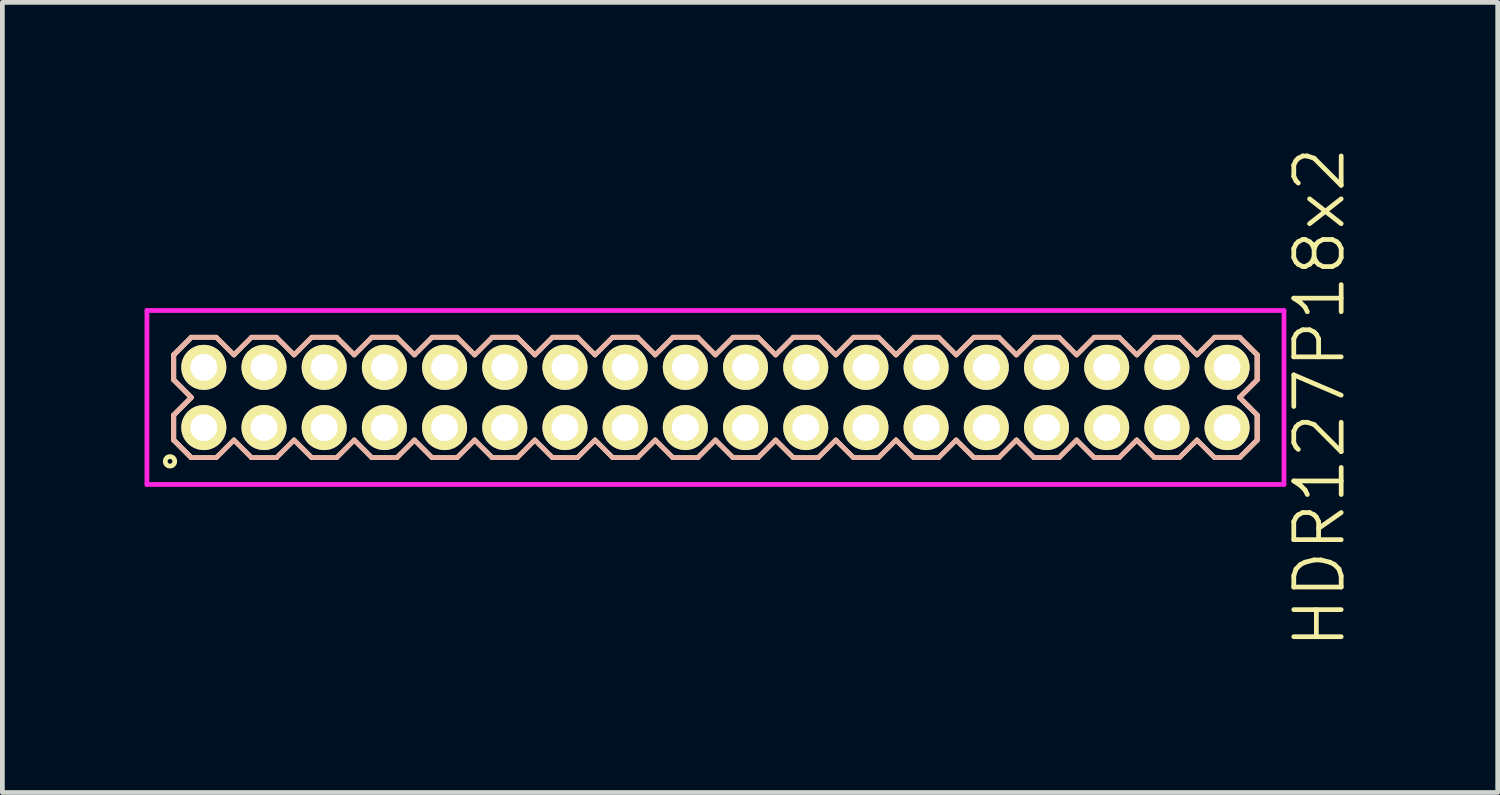
<source format=kicad_pcb>
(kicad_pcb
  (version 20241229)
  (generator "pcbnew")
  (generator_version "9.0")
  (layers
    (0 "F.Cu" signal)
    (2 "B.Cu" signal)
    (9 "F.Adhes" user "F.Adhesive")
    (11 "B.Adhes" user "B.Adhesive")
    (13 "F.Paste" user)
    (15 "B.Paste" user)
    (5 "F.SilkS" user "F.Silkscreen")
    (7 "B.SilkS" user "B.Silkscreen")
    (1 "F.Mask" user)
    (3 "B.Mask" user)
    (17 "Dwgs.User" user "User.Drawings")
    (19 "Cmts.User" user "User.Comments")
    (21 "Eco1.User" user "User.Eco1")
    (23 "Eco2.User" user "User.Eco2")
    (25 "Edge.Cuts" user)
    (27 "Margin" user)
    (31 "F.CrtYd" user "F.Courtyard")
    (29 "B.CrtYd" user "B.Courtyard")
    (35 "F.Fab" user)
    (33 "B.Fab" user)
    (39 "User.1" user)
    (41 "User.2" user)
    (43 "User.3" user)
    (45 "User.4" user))
  (footprint "HDR127P18x2"
    (layer "F.Cu")
    (at 12.045 5.336)
    (property "Reference" "HDR127P18x2" (at 12.745 0 90) (layer "F.SilkS") (effects (font (size 1 1) (thickness 0.1))))
    (attr through_hole)
    (fp_line (start -11.43 -0.898) (end -11.058 -1.27) (stroke (width 0.1) (type solid)) (layer "F.SilkS"))
    (fp_line (start -11.43 -0.898) (end -11.058 -1.27) (stroke (width 0.1) (type solid)) (layer "F.SilkS"))
    (fp_line (start -11.43 -0.372) (end -11.43 -0.898) (stroke (width 0.1) (type solid)) (layer "F.SilkS"))
    (fp_line (start -11.43 -0.372) (end -11.43 -0.898) (stroke (width 0.1) (type solid)) (layer "F.SilkS"))
    (fp_line (start -11.43 0.372) (end -11.058 0) (stroke (width 0.1) (type solid)) (layer "F.SilkS"))
    (fp_line (start -11.43 0.372) (end -11.058 0) (stroke (width 0.1) (type solid)) (layer "F.SilkS"))
    (fp_line (start -11.43 0.898) (end -11.43 0.372) (stroke (width 0.1) (type solid)) (layer "F.SilkS"))
    (fp_line (start -11.43 0.898) (end -11.43 0.372) (stroke (width 0.1) (type solid)) (layer "F.SilkS"))
    (fp_line (start -11.058 -1.27) (end -10.532 -1.27) (stroke (width 0.1) (type solid)) (layer "F.SilkS"))
    (fp_line (start -11.058 0) (end -11.43 -0.372) (stroke (width 0.1) (type solid)) (layer "F.SilkS"))
    (fp_line (start -11.058 0) (end -11.43 -0.372) (stroke (width 0.1) (type solid)) (layer "F.SilkS"))
    (fp_line (start -11.058 1.27) (end -11.43 0.898) (stroke (width 0.1) (type solid)) (layer "F.SilkS"))
    (fp_line (start -11.058 1.27) (end -11.43 0.898) (stroke (width 0.1) (type solid)) (layer "F.SilkS"))
    (fp_line (start -10.532 -1.27) (end -10.16 -0.898) (stroke (width 0.1) (type solid)) (layer "F.SilkS"))
    (fp_line (start -10.532 1.27) (end -11.058 1.27) (stroke (width 0.1) (type solid)) (layer "F.SilkS"))
    (fp_line (start -10.16 -0.898) (end -9.788 -1.27) (stroke (width 0.1) (type solid)) (layer "F.SilkS"))
    (fp_line (start -10.16 0.898) (end -10.532 1.27) (stroke (width 0.1) (type solid)) (layer "F.SilkS"))
    (fp_line (start -9.788 -1.27) (end -9.262 -1.27) (stroke (width 0.1) (type solid)) (layer "F.SilkS"))
    (fp_line (start -9.788 1.27) (end -10.16 0.898) (stroke (width 0.1) (type solid)) (layer "F.SilkS"))
    (fp_line (start -9.262 -1.27) (end -8.89 -0.898) (stroke (width 0.1) (type solid)) (layer "F.SilkS"))
    (fp_line (start -9.262 1.27) (end -9.788 1.27) (stroke (width 0.1) (type solid)) (layer "F.SilkS"))
    (fp_line (start -8.89 -0.898) (end -8.518 -1.27) (stroke (width 0.1) (type solid)) (layer "F.SilkS"))
    (fp_line (start -8.89 0.898) (end -9.262 1.27) (stroke (width 0.1) (type solid)) (layer "F.SilkS"))
    (fp_line (start -8.518 -1.27) (end -7.992 -1.27) (stroke (width 0.1) (type solid)) (layer "F.SilkS"))
    (fp_line (start -8.518 1.27) (end -8.89 0.898) (stroke (width 0.1) (type solid)) (layer "F.SilkS"))
    (fp_line (start -7.992 -1.27) (end -7.62 -0.898) (stroke (width 0.1) (type solid)) (layer "F.SilkS"))
    (fp_line (start -7.992 1.27) (end -8.518 1.27) (stroke (width 0.1) (type solid)) (layer "F.SilkS"))
    (fp_line (start -7.62 -0.898) (end -7.248 -1.27) (stroke (width 0.1) (type solid)) (layer "F.SilkS"))
    (fp_line (start -7.62 0.898) (end -7.992 1.27) (stroke (width 0.1) (type solid)) (layer "F.SilkS"))
    (fp_line (start -7.248 -1.27) (end -6.722 -1.27) (stroke (width 0.1) (type solid)) (layer "F.SilkS"))
    (fp_line (start -7.248 1.27) (end -7.62 0.898) (stroke (width 0.1) (type solid)) (layer "F.SilkS"))
    (fp_line (start -6.722 -1.27) (end -6.35 -0.898) (stroke (width 0.1) (type solid)) (layer "F.SilkS"))
    (fp_line (start -6.722 1.27) (end -7.248 1.27) (stroke (width 0.1) (type solid)) (layer "F.SilkS"))
    (fp_line (start -6.35 -0.898) (end -5.978 -1.27) (stroke (width 0.1) (type solid)) (layer "F.SilkS"))
    (fp_line (start -6.35 0.898) (end -6.722 1.27) (stroke (width 0.1) (type solid)) (layer "F.SilkS"))
    (fp_line (start -5.978 -1.27) (end -5.452 -1.27) (stroke (width 0.1) (type solid)) (layer "F.SilkS"))
    (fp_line (start -5.978 1.27) (end -6.35 0.898) (stroke (width 0.1) (type solid)) (layer "F.SilkS"))
    (fp_line (start -5.452 -1.27) (end -5.08 -0.898) (stroke (width 0.1) (type solid)) (layer "F.SilkS"))
    (fp_line (start -5.452 1.27) (end -5.978 1.27) (stroke (width 0.1) (type solid)) (layer "F.SilkS"))
    (fp_line (start -5.08 -0.898) (end -4.708 -1.27) (stroke (width 0.1) (type solid)) (layer "F.SilkS"))
    (fp_line (start -5.08 0.898) (end -5.452 1.27) (stroke (width 0.1) (type solid)) (layer "F.SilkS"))
    (fp_line (start -4.708 -1.27) (end -4.182 -1.27) (stroke (width 0.1) (type solid)) (layer "F.SilkS"))
    (fp_line (start -4.708 1.27) (end -5.08 0.898) (stroke (width 0.1) (type solid)) (layer "F.SilkS"))
    (fp_line (start -4.182 -1.27) (end -3.81 -0.898) (stroke (width 0.1) (type solid)) (layer "F.SilkS"))
    (fp_line (start -4.182 1.27) (end -4.708 1.27) (stroke (width 0.1) (type solid)) (layer "F.SilkS"))
    (fp_line (start -3.81 -0.898) (end -3.438 -1.27) (stroke (width 0.1) (type solid)) (layer "F.SilkS"))
    (fp_line (start -3.81 0.898) (end -4.182 1.27) (stroke (width 0.1) (type solid)) (layer "F.SilkS"))
    (fp_line (start -3.438 -1.27) (end -2.912 -1.27) (stroke (width 0.1) (type solid)) (layer "F.SilkS"))
    (fp_line (start -3.438 1.27) (end -3.81 0.898) (stroke (width 0.1) (type solid)) (layer "F.SilkS"))
    (fp_line (start -2.912 -1.27) (end -2.54 -0.898) (stroke (width 0.1) (type solid)) (layer "F.SilkS"))
    (fp_line (start -2.912 1.27) (end -3.438 1.27) (stroke (width 0.1) (type solid)) (layer "F.SilkS"))
    (fp_line (start -2.54 -0.898) (end -2.168 -1.27) (stroke (width 0.1) (type solid)) (layer "F.SilkS"))
    (fp_line (start -2.54 0.898) (end -2.912 1.27) (stroke (width 0.1) (type solid)) (layer "F.SilkS"))
    (fp_line (start -2.168 -1.27) (end -1.642 -1.27) (stroke (width 0.1) (type solid)) (layer "F.SilkS"))
    (fp_line (start -2.168 1.27) (end -2.54 0.898) (stroke (width 0.1) (type solid)) (layer "F.SilkS"))
    (fp_line (start -1.642 -1.27) (end -1.27 -0.898) (stroke (width 0.1) (type solid)) (layer "F.SilkS"))
    (fp_line (start -1.642 1.27) (end -2.168 1.27) (stroke (width 0.1) (type solid)) (layer "F.SilkS"))
    (fp_line (start -1.27 -0.898) (end -0.898 -1.27) (stroke (width 0.1) (type solid)) (layer "F.SilkS"))
    (fp_line (start -1.27 0.898) (end -1.642 1.27) (stroke (width 0.1) (type solid)) (layer "F.SilkS"))
    (fp_line (start -0.898 -1.27) (end -0.372 -1.27) (stroke (width 0.1) (type solid)) (layer "F.SilkS"))
    (fp_line (start -0.898 1.27) (end -1.27 0.898) (stroke (width 0.1) (type solid)) (layer "F.SilkS"))
    (fp_line (start -0.372 -1.27) (end 0 -0.898) (stroke (width 0.1) (type solid)) (layer "F.SilkS"))
    (fp_line (start -0.372 1.27) (end -0.898 1.27) (stroke (width 0.1) (type solid)) (layer "F.SilkS"))
    (fp_line (start 0 -0.898) (end 0.372 -1.27) (stroke (width 0.1) (type solid)) (layer "F.SilkS"))
    (fp_line (start 0 0.898) (end -0.372 1.27) (stroke (width 0.1) (type solid)) (layer "F.SilkS"))
    (fp_line (start 0.372 -1.27) (end 0.898 -1.27) (stroke (width 0.1) (type solid)) (layer "F.SilkS"))
    (fp_line (start 0.372 1.27) (end 0 0.898) (stroke (width 0.1) (type solid)) (layer "F.SilkS"))
    (fp_line (start 0.898 -1.27) (end 1.27 -0.898) (stroke (width 0.1) (type solid)) (layer "F.SilkS"))
    (fp_line (start 0.898 1.27) (end 0.372 1.27) (stroke (width 0.1) (type solid)) (layer "F.SilkS"))
    (fp_line (start 1.27 -0.898) (end 1.642 -1.27) (stroke (width 0.1) (type solid)) (layer "F.SilkS"))
    (fp_line (start 1.27 0.898) (end 0.898 1.27) (stroke (width 0.1) (type solid)) (layer "F.SilkS"))
    (fp_line (start 1.642 -1.27) (end 2.168 -1.27) (stroke (width 0.1) (type solid)) (layer "F.SilkS"))
    (fp_line (start 1.642 1.27) (end 1.27 0.898) (stroke (width 0.1) (type solid)) (layer "F.SilkS"))
    (fp_line (start 2.168 -1.27) (end 2.54 -0.898) (stroke (width 0.1) (type solid)) (layer "F.SilkS"))
    (fp_line (start 2.168 1.27) (end 1.642 1.27) (stroke (width 0.1) (type solid)) (layer "F.SilkS"))
    (fp_line (start 2.54 -0.898) (end 2.912 -1.27) (stroke (width 0.1) (type solid)) (layer "F.SilkS"))
    (fp_line (start 2.54 0.898) (end 2.168 1.27) (stroke (width 0.1) (type solid)) (layer "F.SilkS"))
    (fp_line (start 2.912 -1.27) (end 3.438 -1.27) (stroke (width 0.1) (type solid)) (layer "F.SilkS"))
    (fp_line (start 2.912 1.27) (end 2.54 0.898) (stroke (width 0.1) (type solid)) (layer "F.SilkS"))
    (fp_line (start 3.438 -1.27) (end 3.81 -0.898) (stroke (width 0.1) (type solid)) (layer "F.SilkS"))
    (fp_line (start 3.438 1.27) (end 2.912 1.27) (stroke (width 0.1) (type solid)) (layer "F.SilkS"))
    (fp_line (start 3.81 -0.898) (end 4.182 -1.27) (stroke (width 0.1) (type solid)) (layer "F.SilkS"))
    (fp_line (start 3.81 0.898) (end 3.438 1.27) (stroke (width 0.1) (type solid)) (layer "F.SilkS"))
    (fp_line (start 4.182 -1.27) (end 4.708 -1.27) (stroke (width 0.1) (type solid)) (layer "F.SilkS"))
    (fp_line (start 4.182 1.27) (end 3.81 0.898) (stroke (width 0.1) (type solid)) (layer "F.SilkS"))
    (fp_line (start 4.708 -1.27) (end 5.08 -0.898) (stroke (width 0.1) (type solid)) (layer "F.SilkS"))
    (fp_line (start 4.708 1.27) (end 4.182 1.27) (stroke (width 0.1) (type solid)) (layer "F.SilkS"))
    (fp_line (start 5.08 -0.898) (end 5.452 -1.27) (stroke (width 0.1) (type solid)) (layer "F.SilkS"))
    (fp_line (start 5.08 0.898) (end 4.708 1.27) (stroke (width 0.1) (type solid)) (layer "F.SilkS"))
    (fp_line (start 5.452 -1.27) (end 5.978 -1.27) (stroke (width 0.1) (type solid)) (layer "F.SilkS"))
    (fp_line (start 5.452 1.27) (end 5.08 0.898) (stroke (width 0.1) (type solid)) (layer "F.SilkS"))
    (fp_line (start 5.978 -1.27) (end 6.35 -0.898) (stroke (width 0.1) (type solid)) (layer "F.SilkS"))
    (fp_line (start 5.978 1.27) (end 5.452 1.27) (stroke (width 0.1) (type solid)) (layer "F.SilkS"))
    (fp_line (start 6.35 -0.898) (end 6.722 -1.27) (stroke (width 0.1) (type solid)) (layer "F.SilkS"))
    (fp_line (start 6.35 0.898) (end 5.978 1.27) (stroke (width 0.1) (type solid)) (layer "F.SilkS"))
    (fp_line (start 6.722 -1.27) (end 7.248 -1.27) (stroke (width 0.1) (type solid)) (layer "F.SilkS"))
    (fp_line (start 6.722 1.27) (end 6.35 0.898) (stroke (width 0.1) (type solid)) (layer "F.SilkS"))
    (fp_line (start 7.248 -1.27) (end 7.62 -0.898) (stroke (width 0.1) (type solid)) (layer "F.SilkS"))
    (fp_line (start 7.248 1.27) (end 6.722 1.27) (stroke (width 0.1) (type solid)) (layer "F.SilkS"))
    (fp_line (start 7.62 -0.898) (end 7.992 -1.27) (stroke (width 0.1) (type solid)) (layer "F.SilkS"))
    (fp_line (start 7.62 0.898) (end 7.248 1.27) (stroke (width 0.1) (type solid)) (layer "F.SilkS"))
    (fp_line (start 7.992 -1.27) (end 8.518 -1.27) (stroke (width 0.1) (type solid)) (layer "F.SilkS"))
    (fp_line (start 7.992 1.27) (end 7.62 0.898) (stroke (width 0.1) (type solid)) (layer "F.SilkS"))
    (fp_line (start 8.518 -1.27) (end 8.89 -0.898) (stroke (width 0.1) (type solid)) (layer "F.SilkS"))
    (fp_line (start 8.518 1.27) (end 7.992 1.27) (stroke (width 0.1) (type solid)) (layer "F.SilkS"))
    (fp_line (start 8.89 -0.898) (end 9.262 -1.27) (stroke (width 0.1) (type solid)) (layer "F.SilkS"))
    (fp_line (start 8.89 0.898) (end 8.518 1.27) (stroke (width 0.1) (type solid)) (layer "F.SilkS"))
    (fp_line (start 9.262 -1.27) (end 9.788 -1.27) (stroke (width 0.1) (type solid)) (layer "F.SilkS"))
    (fp_line (start 9.262 1.27) (end 8.89 0.898) (stroke (width 0.1) (type solid)) (layer "F.SilkS"))
    (fp_line (start 9.788 -1.27) (end 10.16 -0.898) (stroke (width 0.1) (type solid)) (layer "F.SilkS"))
    (fp_line (start 9.788 1.27) (end 9.262 1.27) (stroke (width 0.1) (type solid)) (layer "F.SilkS"))
    (fp_line (start 10.16 -0.898) (end 10.532 -1.27) (stroke (width 0.1) (type solid)) (layer "F.SilkS"))
    (fp_line (start 10.16 0.898) (end 9.788 1.27) (stroke (width 0.1) (type solid)) (layer "F.SilkS"))
    (fp_line (start 10.532 -1.27) (end 11.058 -1.27) (stroke (width 0.1) (type solid)) (layer "F.SilkS"))
    (fp_line (start 10.532 1.27) (end 10.16 0.898) (stroke (width 0.1) (type solid)) (layer "F.SilkS"))
    (fp_line (start 11.058 -1.27) (end 11.43 -0.898) (stroke (width 0.1) (type solid)) (layer "F.SilkS"))
    (fp_line (start 11.058 -1.27) (end 11.43 -0.898) (stroke (width 0.1) (type solid)) (layer "F.SilkS"))
    (fp_line (start 11.058 0) (end 11.43 0.372) (stroke (width 0.1) (type solid)) (layer "F.SilkS"))
    (fp_line (start 11.058 0) (end 11.43 0.372) (stroke (width 0.1) (type solid)) (layer "F.SilkS"))
    (fp_line (start 11.058 1.27) (end 10.532 1.27) (stroke (width 0.1) (type solid)) (layer "F.SilkS"))
    (fp_line (start 11.43 -0.898) (end 11.43 -0.372) (stroke (width 0.1) (type solid)) (layer "F.SilkS"))
    (fp_line (start 11.43 -0.898) (end 11.43 -0.372) (stroke (width 0.1) (type solid)) (layer "F.SilkS"))
    (fp_line (start 11.43 -0.372) (end 11.058 0) (stroke (width 0.1) (type solid)) (layer "F.SilkS"))
    (fp_line (start 11.43 -0.372) (end 11.058 0) (stroke (width 0.1) (type solid)) (layer "F.SilkS"))
    (fp_line (start 11.43 0.372) (end 11.43 0.898) (stroke (width 0.1) (type solid)) (layer "F.SilkS"))
    (fp_line (start 11.43 0.372) (end 11.43 0.898) (stroke (width 0.1) (type solid)) (layer "F.SilkS"))
    (fp_line (start 11.43 0.898) (end 11.058 1.27) (stroke (width 0.1) (type solid)) (layer "F.SilkS"))
    (fp_line (start 11.43 0.898) (end 11.058 1.27) (stroke (width 0.1) (type solid)) (layer "F.SilkS"))
    (fp_circle (center -11.508 1.348) (end -11.408 1.348) (stroke (width 0.1) (type solid)) (fill no) (layer "F.SilkS"))
    (fp_line (start -11.43 -0.898) (end -11.058 -1.27) (stroke (width 0.1) (type solid)) (layer "B.SilkS"))
    (fp_line (start -11.43 -0.898) (end -11.058 -1.27) (stroke (width 0.1) (type solid)) (layer "B.SilkS"))
    (fp_line (start -11.43 -0.372) (end -11.43 -0.898) (stroke (width 0.1) (type solid)) (layer "B.SilkS"))
    (fp_line (start -11.43 -0.372) (end -11.43 -0.898) (stroke (width 0.1) (type solid)) (layer "B.SilkS"))
    (fp_line (start -11.43 0.372) (end -11.058 0) (stroke (width 0.1) (type solid)) (layer "B.SilkS"))
    (fp_line (start -11.43 0.372) (end -11.058 0) (stroke (width 0.1) (type solid)) (layer "B.SilkS"))
    (fp_line (start -11.43 0.898) (end -11.43 0.372) (stroke (width 0.1) (type solid)) (layer "B.SilkS"))
    (fp_line (start -11.43 0.898) (end -11.43 0.372) (stroke (width 0.1) (type solid)) (layer "B.SilkS"))
    (fp_line (start -11.058 -1.27) (end -10.532 -1.27) (stroke (width 0.1) (type solid)) (layer "B.SilkS"))
    (fp_line (start -11.058 0) (end -11.43 -0.372) (stroke (width 0.1) (type solid)) (layer "B.SilkS"))
    (fp_line (start -11.058 0) (end -11.43 -0.372) (stroke (width 0.1) (type solid)) (layer "B.SilkS"))
    (fp_line (start -11.058 1.27) (end -11.43 0.898) (stroke (width 0.1) (type solid)) (layer "B.SilkS"))
    (fp_line (start -11.058 1.27) (end -11.43 0.898) (stroke (width 0.1) (type solid)) (layer "B.SilkS"))
    (fp_line (start -10.532 -1.27) (end -10.16 -0.898) (stroke (width 0.1) (type solid)) (layer "B.SilkS"))
    (fp_line (start -10.532 1.27) (end -11.058 1.27) (stroke (width 0.1) (type solid)) (layer "B.SilkS"))
    (fp_line (start -10.16 -0.898) (end -9.788 -1.27) (stroke (width 0.1) (type solid)) (layer "B.SilkS"))
    (fp_line (start -10.16 0.898) (end -10.532 1.27) (stroke (width 0.1) (type solid)) (layer "B.SilkS"))
    (fp_line (start -9.788 -1.27) (end -9.262 -1.27) (stroke (width 0.1) (type solid)) (layer "B.SilkS"))
    (fp_line (start -9.788 1.27) (end -10.16 0.898) (stroke (width 0.1) (type solid)) (layer "B.SilkS"))
    (fp_line (start -9.262 -1.27) (end -8.89 -0.898) (stroke (width 0.1) (type solid)) (layer "B.SilkS"))
    (fp_line (start -9.262 1.27) (end -9.788 1.27) (stroke (width 0.1) (type solid)) (layer "B.SilkS"))
    (fp_line (start -8.89 -0.898) (end -8.518 -1.27) (stroke (width 0.1) (type solid)) (layer "B.SilkS"))
    (fp_line (start -8.89 0.898) (end -9.262 1.27) (stroke (width 0.1) (type solid)) (layer "B.SilkS"))
    (fp_line (start -8.518 -1.27) (end -7.992 -1.27) (stroke (width 0.1) (type solid)) (layer "B.SilkS"))
    (fp_line (start -8.518 1.27) (end -8.89 0.898) (stroke (width 0.1) (type solid)) (layer "B.SilkS"))
    (fp_line (start -7.992 -1.27) (end -7.62 -0.898) (stroke (width 0.1) (type solid)) (layer "B.SilkS"))
    (fp_line (start -7.992 1.27) (end -8.518 1.27) (stroke (width 0.1) (type solid)) (layer "B.SilkS"))
    (fp_line (start -7.62 -0.898) (end -7.248 -1.27) (stroke (width 0.1) (type solid)) (layer "B.SilkS"))
    (fp_line (start -7.62 0.898) (end -7.992 1.27) (stroke (width 0.1) (type solid)) (layer "B.SilkS"))
    (fp_line (start -7.248 -1.27) (end -6.722 -1.27) (stroke (width 0.1) (type solid)) (layer "B.SilkS"))
    (fp_line (start -7.248 1.27) (end -7.62 0.898) (stroke (width 0.1) (type solid)) (layer "B.SilkS"))
    (fp_line (start -6.722 -1.27) (end -6.35 -0.898) (stroke (width 0.1) (type solid)) (layer "B.SilkS"))
    (fp_line (start -6.722 1.27) (end -7.248 1.27) (stroke (width 0.1) (type solid)) (layer "B.SilkS"))
    (fp_line (start -6.35 -0.898) (end -5.978 -1.27) (stroke (width 0.1) (type solid)) (layer "B.SilkS"))
    (fp_line (start -6.35 0.898) (end -6.722 1.27) (stroke (width 0.1) (type solid)) (layer "B.SilkS"))
    (fp_line (start -5.978 -1.27) (end -5.452 -1.27) (stroke (width 0.1) (type solid)) (layer "B.SilkS"))
    (fp_line (start -5.978 1.27) (end -6.35 0.898) (stroke (width 0.1) (type solid)) (layer "B.SilkS"))
    (fp_line (start -5.452 -1.27) (end -5.08 -0.898) (stroke (width 0.1) (type solid)) (layer "B.SilkS"))
    (fp_line (start -5.452 1.27) (end -5.978 1.27) (stroke (width 0.1) (type solid)) (layer "B.SilkS"))
    (fp_line (start -5.08 -0.898) (end -4.708 -1.27) (stroke (width 0.1) (type solid)) (layer "B.SilkS"))
    (fp_line (start -5.08 0.898) (end -5.452 1.27) (stroke (width 0.1) (type solid)) (layer "B.SilkS"))
    (fp_line (start -4.708 -1.27) (end -4.182 -1.27) (stroke (width 0.1) (type solid)) (layer "B.SilkS"))
    (fp_line (start -4.708 1.27) (end -5.08 0.898) (stroke (width 0.1) (type solid)) (layer "B.SilkS"))
    (fp_line (start -4.182 -1.27) (end -3.81 -0.898) (stroke (width 0.1) (type solid)) (layer "B.SilkS"))
    (fp_line (start -4.182 1.27) (end -4.708 1.27) (stroke (width 0.1) (type solid)) (layer "B.SilkS"))
    (fp_line (start -3.81 -0.898) (end -3.438 -1.27) (stroke (width 0.1) (type solid)) (layer "B.SilkS"))
    (fp_line (start -3.81 0.898) (end -4.182 1.27) (stroke (width 0.1) (type solid)) (layer "B.SilkS"))
    (fp_line (start -3.438 -1.27) (end -2.912 -1.27) (stroke (width 0.1) (type solid)) (layer "B.SilkS"))
    (fp_line (start -3.438 1.27) (end -3.81 0.898) (stroke (width 0.1) (type solid)) (layer "B.SilkS"))
    (fp_line (start -2.912 -1.27) (end -2.54 -0.898) (stroke (width 0.1) (type solid)) (layer "B.SilkS"))
    (fp_line (start -2.912 1.27) (end -3.438 1.27) (stroke (width 0.1) (type solid)) (layer "B.SilkS"))
    (fp_line (start -2.54 -0.898) (end -2.168 -1.27) (stroke (width 0.1) (type solid)) (layer "B.SilkS"))
    (fp_line (start -2.54 0.898) (end -2.912 1.27) (stroke (width 0.1) (type solid)) (layer "B.SilkS"))
    (fp_line (start -2.168 -1.27) (end -1.642 -1.27) (stroke (width 0.1) (type solid)) (layer "B.SilkS"))
    (fp_line (start -2.168 1.27) (end -2.54 0.898) (stroke (width 0.1) (type solid)) (layer "B.SilkS"))
    (fp_line (start -1.642 -1.27) (end -1.27 -0.898) (stroke (width 0.1) (type solid)) (layer "B.SilkS"))
    (fp_line (start -1.642 1.27) (end -2.168 1.27) (stroke (width 0.1) (type solid)) (layer "B.SilkS"))
    (fp_line (start -1.27 -0.898) (end -0.898 -1.27) (stroke (width 0.1) (type solid)) (layer "B.SilkS"))
    (fp_line (start -1.27 0.898) (end -1.642 1.27) (stroke (width 0.1) (type solid)) (layer "B.SilkS"))
    (fp_line (start -0.898 -1.27) (end -0.372 -1.27) (stroke (width 0.1) (type solid)) (layer "B.SilkS"))
    (fp_line (start -0.898 1.27) (end -1.27 0.898) (stroke (width 0.1) (type solid)) (layer "B.SilkS"))
    (fp_line (start -0.372 -1.27) (end 0 -0.898) (stroke (width 0.1) (type solid)) (layer "B.SilkS"))
    (fp_line (start -0.372 1.27) (end -0.898 1.27) (stroke (width 0.1) (type solid)) (layer "B.SilkS"))
    (fp_line (start 0 -0.898) (end 0.372 -1.27) (stroke (width 0.1) (type solid)) (layer "B.SilkS"))
    (fp_line (start 0 0.898) (end -0.372 1.27) (stroke (width 0.1) (type solid)) (layer "B.SilkS"))
    (fp_line (start 0.372 -1.27) (end 0.898 -1.27) (stroke (width 0.1) (type solid)) (layer "B.SilkS"))
    (fp_line (start 0.372 1.27) (end 0 0.898) (stroke (width 0.1) (type solid)) (layer "B.SilkS"))
    (fp_line (start 0.898 -1.27) (end 1.27 -0.898) (stroke (width 0.1) (type solid)) (layer "B.SilkS"))
    (fp_line (start 0.898 1.27) (end 0.372 1.27) (stroke (width 0.1) (type solid)) (layer "B.SilkS"))
    (fp_line (start 1.27 -0.898) (end 1.642 -1.27) (stroke (width 0.1) (type solid)) (layer "B.SilkS"))
    (fp_line (start 1.27 0.898) (end 0.898 1.27) (stroke (width 0.1) (type solid)) (layer "B.SilkS"))
    (fp_line (start 1.642 -1.27) (end 2.168 -1.27) (stroke (width 0.1) (type solid)) (layer "B.SilkS"))
    (fp_line (start 1.642 1.27) (end 1.27 0.898) (stroke (width 0.1) (type solid)) (layer "B.SilkS"))
    (fp_line (start 2.168 -1.27) (end 2.54 -0.898) (stroke (width 0.1) (type solid)) (layer "B.SilkS"))
    (fp_line (start 2.168 1.27) (end 1.642 1.27) (stroke (width 0.1) (type solid)) (layer "B.SilkS"))
    (fp_line (start 2.54 -0.898) (end 2.912 -1.27) (stroke (width 0.1) (type solid)) (layer "B.SilkS"))
    (fp_line (start 2.54 0.898) (end 2.168 1.27) (stroke (width 0.1) (type solid)) (layer "B.SilkS"))
    (fp_line (start 2.912 -1.27) (end 3.438 -1.27) (stroke (width 0.1) (type solid)) (layer "B.SilkS"))
    (fp_line (start 2.912 1.27) (end 2.54 0.898) (stroke (width 0.1) (type solid)) (layer "B.SilkS"))
    (fp_line (start 3.438 -1.27) (end 3.81 -0.898) (stroke (width 0.1) (type solid)) (layer "B.SilkS"))
    (fp_line (start 3.438 1.27) (end 2.912 1.27) (stroke (width 0.1) (type solid)) (layer "B.SilkS"))
    (fp_line (start 3.81 -0.898) (end 4.182 -1.27) (stroke (width 0.1) (type solid)) (layer "B.SilkS"))
    (fp_line (start 3.81 0.898) (end 3.438 1.27) (stroke (width 0.1) (type solid)) (layer "B.SilkS"))
    (fp_line (start 4.182 -1.27) (end 4.708 -1.27) (stroke (width 0.1) (type solid)) (layer "B.SilkS"))
    (fp_line (start 4.182 1.27) (end 3.81 0.898) (stroke (width 0.1) (type solid)) (layer "B.SilkS"))
    (fp_line (start 4.708 -1.27) (end 5.08 -0.898) (stroke (width 0.1) (type solid)) (layer "B.SilkS"))
    (fp_line (start 4.708 1.27) (end 4.182 1.27) (stroke (width 0.1) (type solid)) (layer "B.SilkS"))
    (fp_line (start 5.08 -0.898) (end 5.452 -1.27) (stroke (width 0.1) (type solid)) (layer "B.SilkS"))
    (fp_line (start 5.08 0.898) (end 4.708 1.27) (stroke (width 0.1) (type solid)) (layer "B.SilkS"))
    (fp_line (start 5.452 -1.27) (end 5.978 -1.27) (stroke (width 0.1) (type solid)) (layer "B.SilkS"))
    (fp_line (start 5.452 1.27) (end 5.08 0.898) (stroke (width 0.1) (type solid)) (layer "B.SilkS"))
    (fp_line (start 5.978 -1.27) (end 6.35 -0.898) (stroke (width 0.1) (type solid)) (layer "B.SilkS"))
    (fp_line (start 5.978 1.27) (end 5.452 1.27) (stroke (width 0.1) (type solid)) (layer "B.SilkS"))
    (fp_line (start 6.35 -0.898) (end 6.722 -1.27) (stroke (width 0.1) (type solid)) (layer "B.SilkS"))
    (fp_line (start 6.35 0.898) (end 5.978 1.27) (stroke (width 0.1) (type solid)) (layer "B.SilkS"))
    (fp_line (start 6.722 -1.27) (end 7.248 -1.27) (stroke (width 0.1) (type solid)) (layer "B.SilkS"))
    (fp_line (start 6.722 1.27) (end 6.35 0.898) (stroke (width 0.1) (type solid)) (layer "B.SilkS"))
    (fp_line (start 7.248 -1.27) (end 7.62 -0.898) (stroke (width 0.1) (type solid)) (layer "B.SilkS"))
    (fp_line (start 7.248 1.27) (end 6.722 1.27) (stroke (width 0.1) (type solid)) (layer "B.SilkS"))
    (fp_line (start 7.62 -0.898) (end 7.992 -1.27) (stroke (width 0.1) (type solid)) (layer "B.SilkS"))
    (fp_line (start 7.62 0.898) (end 7.248 1.27) (stroke (width 0.1) (type solid)) (layer "B.SilkS"))
    (fp_line (start 7.992 -1.27) (end 8.518 -1.27) (stroke (width 0.1) (type solid)) (layer "B.SilkS"))
    (fp_line (start 7.992 1.27) (end 7.62 0.898) (stroke (width 0.1) (type solid)) (layer "B.SilkS"))
    (fp_line (start 8.518 -1.27) (end 8.89 -0.898) (stroke (width 0.1) (type solid)) (layer "B.SilkS"))
    (fp_line (start 8.518 1.27) (end 7.992 1.27) (stroke (width 0.1) (type solid)) (layer "B.SilkS"))
    (fp_line (start 8.89 -0.898) (end 9.262 -1.27) (stroke (width 0.1) (type solid)) (layer "B.SilkS"))
    (fp_line (start 8.89 0.898) (end 8.518 1.27) (stroke (width 0.1) (type solid)) (layer "B.SilkS"))
    (fp_line (start 9.262 -1.27) (end 9.788 -1.27) (stroke (width 0.1) (type solid)) (layer "B.SilkS"))
    (fp_line (start 9.262 1.27) (end 8.89 0.898) (stroke (width 0.1) (type solid)) (layer "B.SilkS"))
    (fp_line (start 9.788 -1.27) (end 10.16 -0.898) (stroke (width 0.1) (type solid)) (layer "B.SilkS"))
    (fp_line (start 9.788 1.27) (end 9.262 1.27) (stroke (width 0.1) (type solid)) (layer "B.SilkS"))
    (fp_line (start 10.16 -0.898) (end 10.532 -1.27) (stroke (width 0.1) (type solid)) (layer "B.SilkS"))
    (fp_line (start 10.16 0.898) (end 9.788 1.27) (stroke (width 0.1) (type solid)) (layer "B.SilkS"))
    (fp_line (start 10.532 -1.27) (end 11.058 -1.27) (stroke (width 0.1) (type solid)) (layer "B.SilkS"))
    (fp_line (start 10.532 1.27) (end 10.16 0.898) (stroke (width 0.1) (type solid)) (layer "B.SilkS"))
    (fp_line (start 11.058 -1.27) (end 11.43 -0.898) (stroke (width 0.1) (type solid)) (layer "B.SilkS"))
    (fp_line (start 11.058 -1.27) (end 11.43 -0.898) (stroke (width 0.1) (type solid)) (layer "B.SilkS"))
    (fp_line (start 11.058 0) (end 11.43 0.372) (stroke (width 0.1) (type solid)) (layer "B.SilkS"))
    (fp_line (start 11.058 0) (end 11.43 0.372) (stroke (width 0.1) (type solid)) (layer "B.SilkS"))
    (fp_line (start 11.058 1.27) (end 10.532 1.27) (stroke (width 0.1) (type solid)) (layer "B.SilkS"))
    (fp_line (start 11.43 -0.898) (end 11.43 -0.372) (stroke (width 0.1) (type solid)) (layer "B.SilkS"))
    (fp_line (start 11.43 -0.898) (end 11.43 -0.372) (stroke (width 0.1) (type solid)) (layer "B.SilkS"))
    (fp_line (start 11.43 -0.372) (end 11.058 0) (stroke (width 0.1) (type solid)) (layer "B.SilkS"))
    (fp_line (start 11.43 -0.372) (end 11.058 0) (stroke (width 0.1) (type solid)) (layer "B.SilkS"))
    (fp_line (start 11.43 0.372) (end 11.43 0.898) (stroke (width 0.1) (type solid)) (layer "B.SilkS"))
    (fp_line (start 11.43 0.372) (end 11.43 0.898) (stroke (width 0.1) (type solid)) (layer "B.SilkS"))
    (fp_line (start 11.43 0.898) (end 11.058 1.27) (stroke (width 0.1) (type solid)) (layer "B.SilkS"))
    (fp_line (start 11.43 0.898) (end 11.058 1.27) (stroke (width 0.1) (type solid)) (layer "B.SilkS"))
    (fp_line (start -11.995 -1.835) (end -11.995 1.835) (stroke (width 0.1) (type solid)) (layer "F.CrtYd"))
    (fp_line (start -11.995 1.835) (end 11.995 1.835) (stroke (width 0.1) (type solid)) (layer "F.CrtYd"))
    (fp_line (start 11.995 -1.835) (end -11.995 -1.835) (stroke (width 0.1) (type solid)) (layer "F.CrtYd"))
    (fp_line (start 11.995 1.835) (end 11.995 -1.835) (stroke (width 0.1) (type solid)) (layer "F.CrtYd"))
    (pad "1" thru_hole oval (at -10.795 0.635) (size 0.95 0.95) (drill 0.57) (layers "*.Cu" "*.Mask" "F.SilkS"))
    (pad "2" thru_hole oval (at -10.795 -0.635) (size 0.95 0.95) (drill 0.57) (layers "*.Cu" "*.Mask" "F.SilkS"))
    (pad "3" thru_hole oval (at -9.525 0.635) (size 0.95 0.95) (drill 0.57) (layers "*.Cu" "*.Mask" "F.SilkS"))
    (pad "4" thru_hole oval (at -9.525 -0.635) (size 0.95 0.95) (drill 0.57) (layers "*.Cu" "*.Mask" "F.SilkS"))
    (pad "5" thru_hole oval (at -8.255 0.635) (size 0.95 0.95) (drill 0.57) (layers "*.Cu" "*.Mask" "F.SilkS"))
    (pad "6" thru_hole oval (at -8.255 -0.635) (size 0.95 0.95) (drill 0.57) (layers "*.Cu" "*.Mask" "F.SilkS"))
    (pad "7" thru_hole oval (at -6.985 0.635) (size 0.95 0.95) (drill 0.57) (layers "*.Cu" "*.Mask" "F.SilkS"))
    (pad "8" thru_hole oval (at -6.985 -0.635) (size 0.95 0.95) (drill 0.57) (layers "*.Cu" "*.Mask" "F.SilkS"))
    (pad "9" thru_hole oval (at -5.715 0.635) (size 0.95 0.95) (drill 0.57) (layers "*.Cu" "*.Mask" "F.SilkS"))
    (pad "10" thru_hole oval (at -5.715 -0.635) (size 0.95 0.95) (drill 0.57) (layers "*.Cu" "*.Mask" "F.SilkS"))
    (pad "11" thru_hole oval (at -4.445 0.635) (size 0.95 0.95) (drill 0.57) (layers "*.Cu" "*.Mask" "F.SilkS"))
    (pad "12" thru_hole oval (at -4.445 -0.635) (size 0.95 0.95) (drill 0.57) (layers "*.Cu" "*.Mask" "F.SilkS"))
    (pad "13" thru_hole oval (at -3.175 0.635) (size 0.95 0.95) (drill 0.57) (layers "*.Cu" "*.Mask" "F.SilkS"))
    (pad "14" thru_hole oval (at -3.175 -0.635) (size 0.95 0.95) (drill 0.57) (layers "*.Cu" "*.Mask" "F.SilkS"))
    (pad "15" thru_hole oval (at -1.905 0.635) (size 0.95 0.95) (drill 0.57) (layers "*.Cu" "*.Mask" "F.SilkS"))
    (pad "16" thru_hole oval (at -1.905 -0.635) (size 0.95 0.95) (drill 0.57) (layers "*.Cu" "*.Mask" "F.SilkS"))
    (pad "17" thru_hole oval (at -0.635 0.635) (size 0.95 0.95) (drill 0.57) (layers "*.Cu" "*.Mask" "F.SilkS"))
    (pad "18" thru_hole oval (at -0.635 -0.635) (size 0.95 0.95) (drill 0.57) (layers "*.Cu" "*.Mask" "F.SilkS"))
    (pad "19" thru_hole oval (at 0.635 0.635) (size 0.95 0.95) (drill 0.57) (layers "*.Cu" "*.Mask" "F.SilkS"))
    (pad "20" thru_hole oval (at 0.635 -0.635) (size 0.95 0.95) (drill 0.57) (layers "*.Cu" "*.Mask" "F.SilkS"))
    (pad "21" thru_hole oval (at 1.905 0.635) (size 0.95 0.95) (drill 0.57) (layers "*.Cu" "*.Mask" "F.SilkS"))
    (pad "22" thru_hole oval (at 1.905 -0.635) (size 0.95 0.95) (drill 0.57) (layers "*.Cu" "*.Mask" "F.SilkS"))
    (pad "23" thru_hole oval (at 3.175 0.635) (size 0.95 0.95) (drill 0.57) (layers "*.Cu" "*.Mask" "F.SilkS"))
    (pad "24" thru_hole oval (at 3.175 -0.635) (size 0.95 0.95) (drill 0.57) (layers "*.Cu" "*.Mask" "F.SilkS"))
    (pad "25" thru_hole oval (at 4.445 0.635) (size 0.95 0.95) (drill 0.57) (layers "*.Cu" "*.Mask" "F.SilkS"))
    (pad "26" thru_hole oval (at 4.445 -0.635) (size 0.95 0.95) (drill 0.57) (layers "*.Cu" "*.Mask" "F.SilkS"))
    (pad "27" thru_hole oval (at 5.715 0.635) (size 0.95 0.95) (drill 0.57) (layers "*.Cu" "*.Mask" "F.SilkS"))
    (pad "28" thru_hole oval (at 5.715 -0.635) (size 0.95 0.95) (drill 0.57) (layers "*.Cu" "*.Mask" "F.SilkS"))
    (pad "29" thru_hole oval (at 6.985 0.635) (size 0.95 0.95) (drill 0.57) (layers "*.Cu" "*.Mask" "F.SilkS"))
    (pad "30" thru_hole oval (at 6.985 -0.635) (size 0.95 0.95) (drill 0.57) (layers "*.Cu" "*.Mask" "F.SilkS"))
    (pad "31" thru_hole oval (at 8.255 0.635) (size 0.95 0.95) (drill 0.57) (layers "*.Cu" "*.Mask" "F.SilkS"))
    (pad "32" thru_hole oval (at 8.255 -0.635) (size 0.95 0.95) (drill 0.57) (layers "*.Cu" "*.Mask" "F.SilkS"))
    (pad "33" thru_hole oval (at 9.525 0.635) (size 0.95 0.95) (drill 0.57) (layers "*.Cu" "*.Mask" "F.SilkS"))
    (pad "34" thru_hole oval (at 9.525 -0.635) (size 0.95 0.95) (drill 0.57) (layers "*.Cu" "*.Mask" "F.SilkS"))
    (pad "35" thru_hole oval (at 10.795 0.635) (size 0.95 0.95) (drill 0.57) (layers "*.Cu" "*.Mask" "F.SilkS"))
    (pad "36" thru_hole oval (at 10.795 -0.635) (size 0.95 0.95) (drill 0.57) (layers "*.Cu" "*.Mask" "F.SilkS")))
  (gr_rect
    (start -3 -3)
    (end 28.55 13.671)
    (stroke (width 0.1) (type default))
    (fill no)
    (layer "Edge.Cuts")))
</source>
